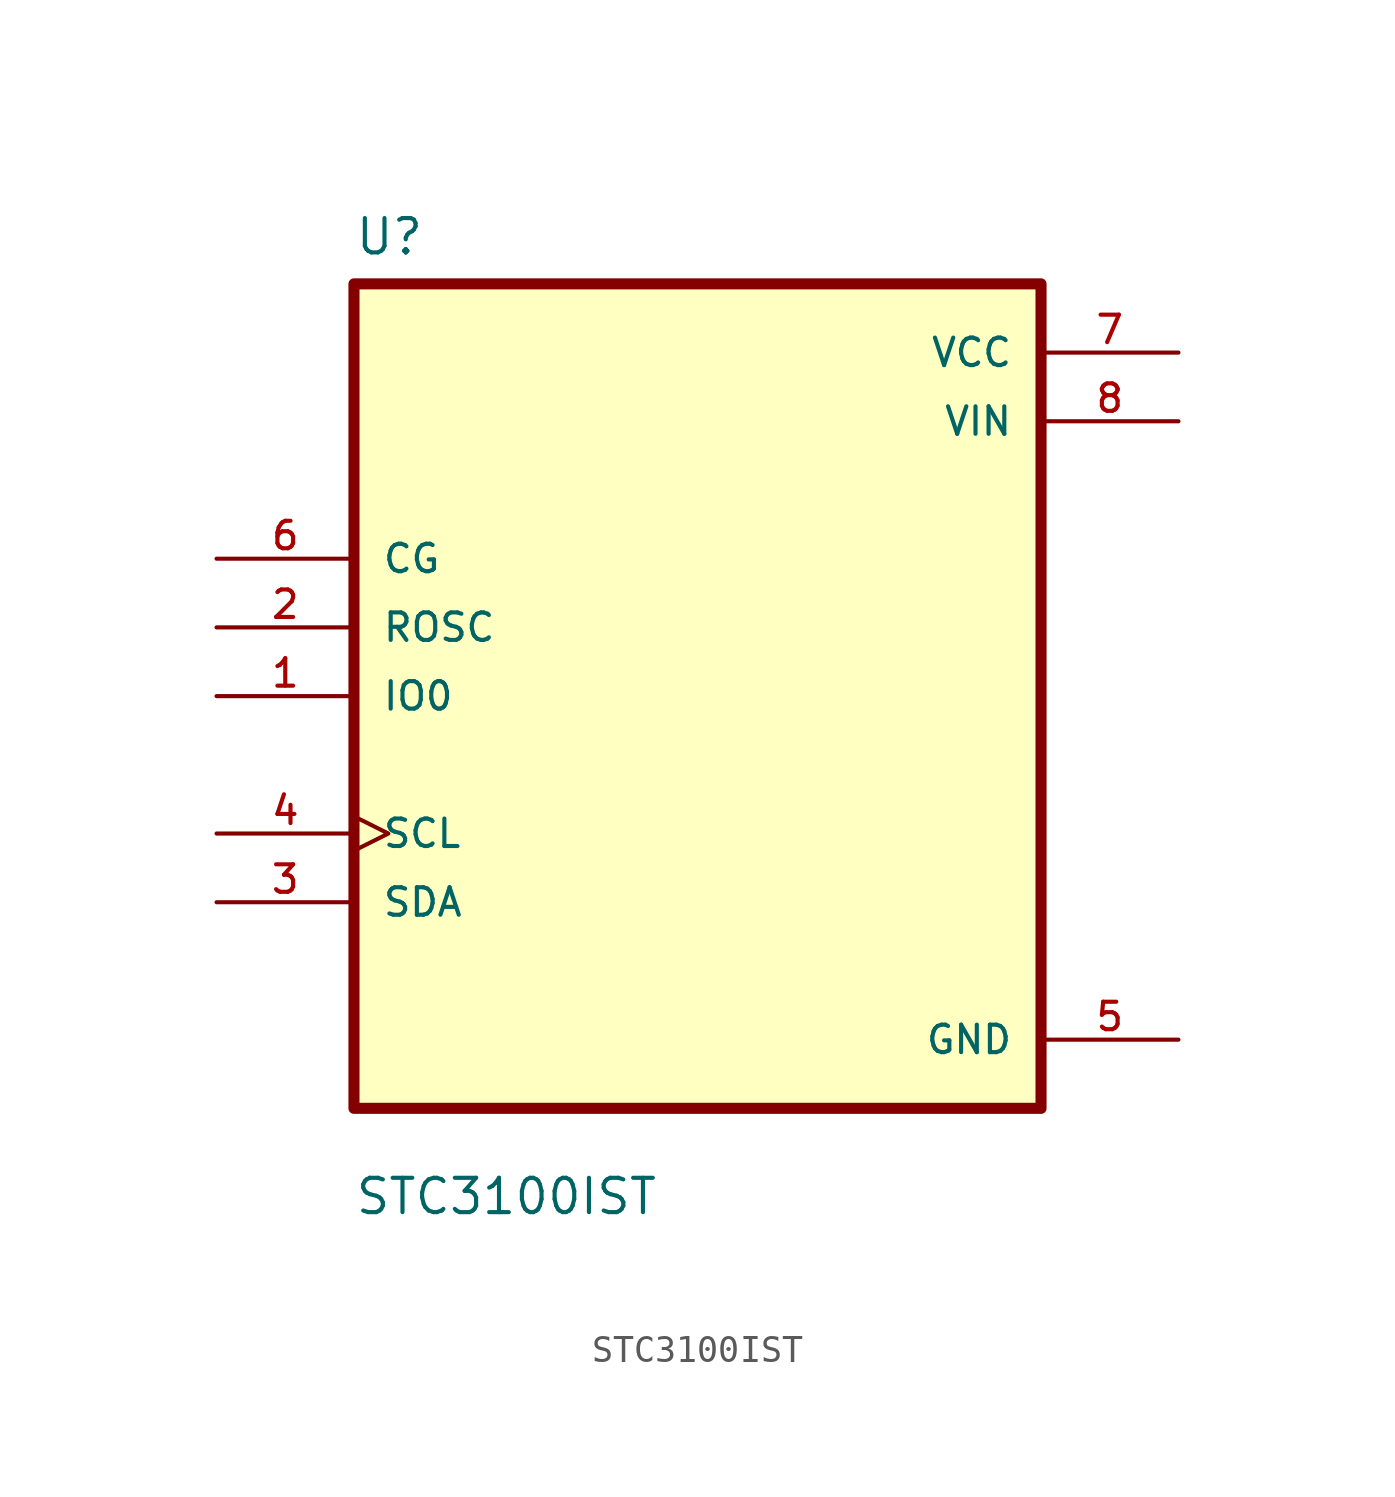
<source format=kicad_sym>
(kicad_symbol_lib
  (version 20211014)
  (generator kicad_symbol_editor)
  (symbol "STC3100IST"
    (pin_names
      (offset 1.016))
    (property "Reference" "U"
      (at -12.7 16.24 0.0)
      (effects (font (size 1.27 1.27)) (justify bottom left)))
    (property "Value" "STC3100IST"
      (at -12.7 -19.24 0.0)
      (effects (font (size 1.27 1.27)) (justify bottom left)))
    (symbol "STC3100IST_0_0"
      (rectangle (start -12.7 -15.24) (end 12.7 15.24) (stroke (width 0.41)) (fill (type background)))
      (pin input line (at -17.78 5.08 0) (length 5.08) (name "CG" (effects (font (size 1.016 1.016)))) (number "6" (effects (font (size 1.016 1.016)))))
      (pin input line (at -17.78 2.54 0) (length 5.08) (name "ROSC" (effects (font (size 1.016 1.016)))) (number "2" (effects (font (size 1.016 1.016)))))
      (pin input clock (at -17.78 -5.08 0) (length 5.08) (name "SCL" (effects (font (size 1.016 1.016)))) (number "4" (effects (font (size 1.016 1.016)))))
      (pin input line (at -17.78 -7.62 0) (length 5.08) (name "SDA" (effects (font (size 1.016 1.016)))) (number "3" (effects (font (size 1.016 1.016)))))
      (pin bidirectional line (at -17.78 0.0 0) (length 5.08) (name "IO0" (effects (font (size 1.016 1.016)))) (number "1" (effects (font (size 1.016 1.016)))))
      (pin power_in line (at 17.78 12.7 180.0) (length 5.08) (name "VCC" (effects (font (size 1.016 1.016)))) (number "7" (effects (font (size 1.016 1.016)))))
      (pin power_in line (at 17.78 10.16 180.0) (length 5.08) (name "VIN" (effects (font (size 1.016 1.016)))) (number "8" (effects (font (size 1.016 1.016)))))
      (pin power_in line (at 17.78 -12.7 180.0) (length 5.08) (name "GND" (effects (font (size 1.016 1.016)))) (number "5" (effects (font (size 1.016 1.016))))))))
</source>
